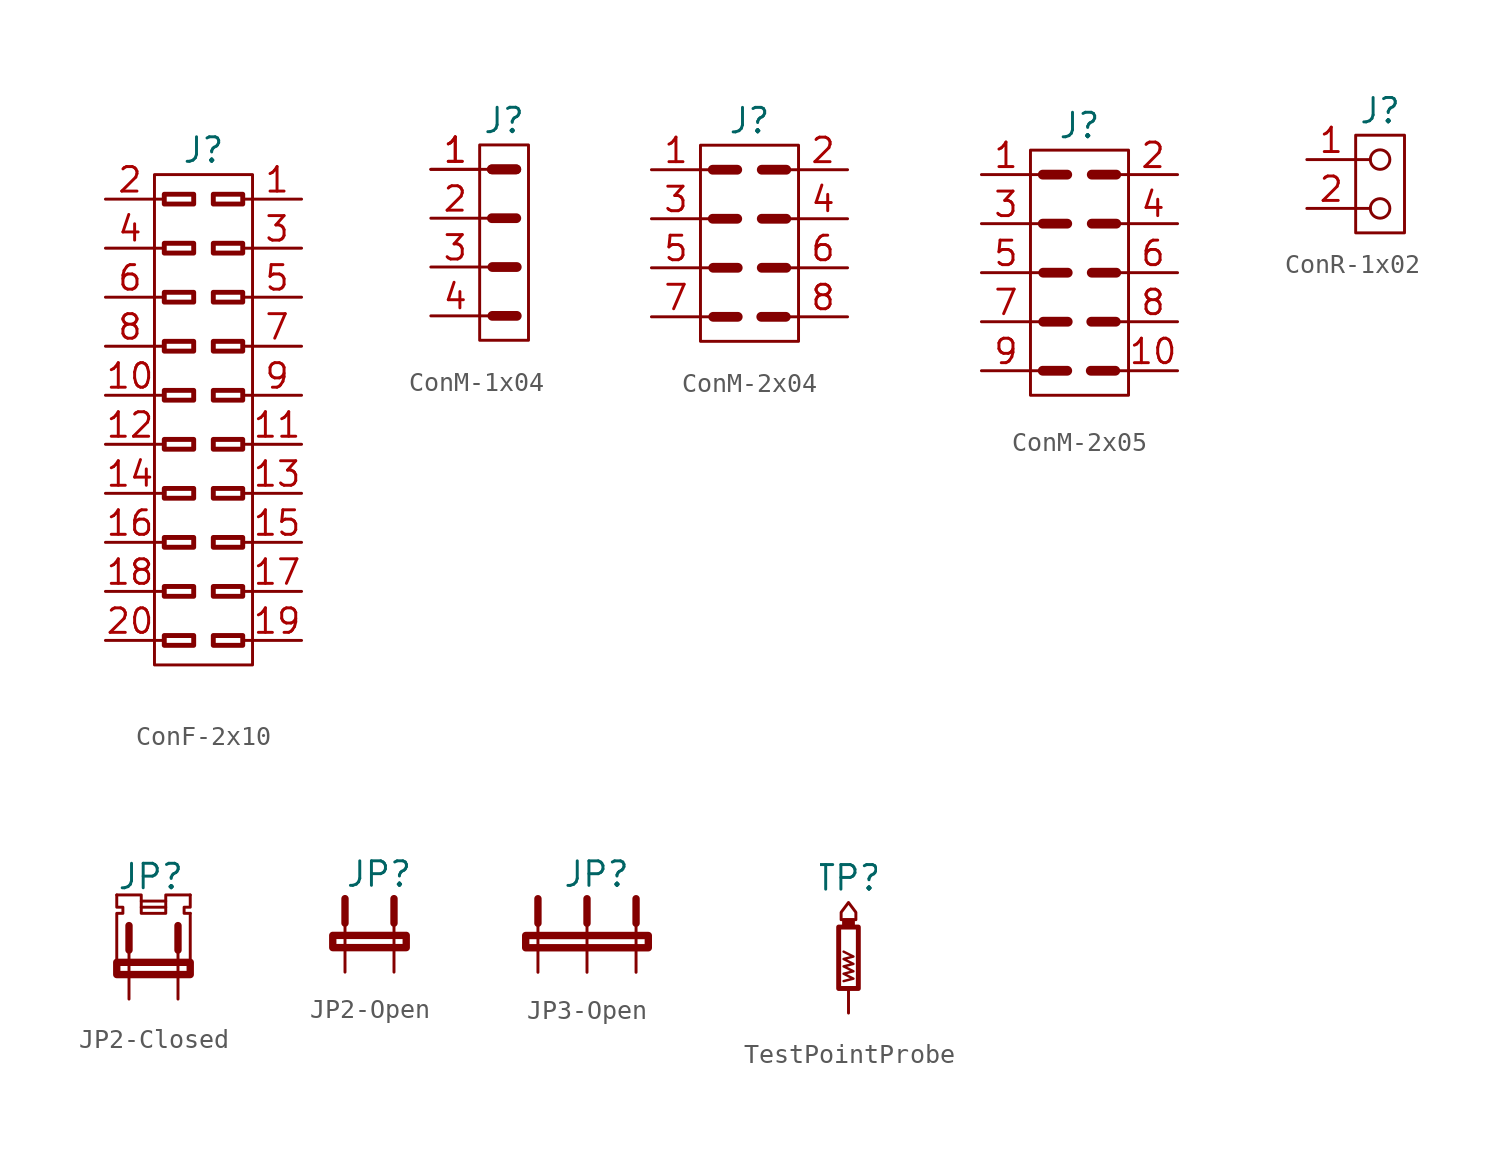
<source format=kicad_sym>
(kicad_symbol_lib
  (version 20231120)
  (generator "kicad_symbol_editor")
  (generator_version "8.0")
  (symbol "ConF-2x10"
    (property "Reference" "J"
      (at 0 13.97 0)
      (effects (font (size 1.27 1.27))))
    (symbol "ConF-2x10_0_1"
      (rectangle (start -2.54 -12.7) (end 2.54 12.7) (stroke (width 0) (type default)) (fill (type none)))
      (rectangle (start -2.032 -11.684) (end -0.508 -11.176) (stroke (width 0.254) (type default)) (fill (type none)))
      (rectangle (start -2.032 -9.144) (end -0.508 -8.636) (stroke (width 0.254) (type default)) (fill (type none)))
      (rectangle (start -2.032 -6.604) (end -0.508 -6.096) (stroke (width 0.254) (type default)) (fill (type none)))
      (rectangle (start -2.032 -4.064) (end -0.508 -3.556) (stroke (width 0.254) (type default)) (fill (type none)))
      (rectangle (start -2.032 -1.524) (end -0.508 -1.016) (stroke (width 0.254) (type default)) (fill (type none)))
      (rectangle (start -2.032 1.016) (end -0.508 1.524) (stroke (width 0.254) (type default)) (fill (type none)))
      (rectangle (start -2.032 3.556) (end -0.508 4.064) (stroke (width 0.254) (type default)) (fill (type none)))
      (rectangle (start -2.032 6.096) (end -0.508 6.604) (stroke (width 0.254) (type default)) (fill (type none)))
      (rectangle (start -2.032 8.636) (end -0.508 9.144) (stroke (width 0.254) (type default)) (fill (type none)))
      (rectangle (start -2.032 11.176) (end -0.508 11.684) (stroke (width 0.254) (type default)) (fill (type none)))
      (rectangle (start 0.508 -11.684) (end 2.032 -11.176) (stroke (width 0.254) (type default)) (fill (type none)))
      (rectangle (start 0.508 -9.144) (end 2.032 -8.636) (stroke (width 0.254) (type default)) (fill (type none)))
      (rectangle (start 0.508 -6.604) (end 2.032 -6.096) (stroke (width 0.254) (type default)) (fill (type none)))
      (rectangle (start 0.508 -4.064) (end 2.032 -3.556) (stroke (width 0.254) (type default)) (fill (type none)))
      (rectangle (start 0.508 -1.524) (end 2.032 -1.016) (stroke (width 0.254) (type default)) (fill (type none)))
      (rectangle (start 0.508 1.016) (end 2.032 1.524) (stroke (width 0.254) (type default)) (fill (type none)))
      (rectangle (start 0.508 3.556) (end 2.032 4.064) (stroke (width 0.254) (type default)) (fill (type none)))
      (rectangle (start 0.508 6.096) (end 2.032 6.604) (stroke (width 0.254) (type default)) (fill (type none)))
      (rectangle (start 0.508 8.636) (end 2.032 9.144) (stroke (width 0.254) (type default)) (fill (type none)))
      (rectangle (start 0.508 11.176) (end 2.032 11.684) (stroke (width 0.254) (type default)) (fill (type none))))
    (symbol "ConF-2x10_1_1"
      (polyline (pts (xy -2.54 -11.43) (xy -2.032 -11.43)) (stroke (width 0.152) (type default)) (fill (type none)))
      (polyline (pts (xy -2.54 -8.89) (xy -2.032 -8.89)) (stroke (width 0.152) (type default)) (fill (type none)))
      (polyline (pts (xy -2.54 -6.35) (xy -2.032 -6.35)) (stroke (width 0.152) (type default)) (fill (type none)))
      (polyline (pts (xy -2.54 -3.81) (xy -2.032 -3.81)) (stroke (width 0.152) (type default)) (fill (type none)))
      (polyline (pts (xy -2.54 -1.27) (xy -2.032 -1.27)) (stroke (width 0.152) (type default)) (fill (type none)))
      (polyline (pts (xy -2.54 1.27) (xy -2.032 1.27)) (stroke (width 0.152) (type default)) (fill (type none)))
      (polyline (pts (xy -2.54 3.81) (xy -2.032 3.81)) (stroke (width 0.152) (type default)) (fill (type none)))
      (polyline (pts (xy -2.54 6.35) (xy -2.032 6.35)) (stroke (width 0.152) (type default)) (fill (type none)))
      (polyline (pts (xy -2.54 8.89) (xy -2.032 8.89)) (stroke (width 0.152) (type default)) (fill (type none)))
      (polyline (pts (xy -2.54 11.43) (xy -2.032 11.43)) (stroke (width 0.152) (type default)) (fill (type none)))
      (polyline (pts (xy 2.54 -11.43) (xy 2.032 -11.43)) (stroke (width 0.152) (type default)) (fill (type none)))
      (polyline (pts (xy 2.54 -8.89) (xy 2.032 -8.89)) (stroke (width 0.152) (type default)) (fill (type none)))
      (polyline (pts (xy 2.54 -6.35) (xy 2.032 -6.35)) (stroke (width 0.152) (type default)) (fill (type none)))
      (polyline (pts (xy 2.54 -3.81) (xy 2.032 -3.81)) (stroke (width 0.152) (type default)) (fill (type none)))
      (polyline (pts (xy 2.54 -1.27) (xy 2.032 -1.27)) (stroke (width 0.152) (type default)) (fill (type none)))
      (polyline (pts (xy 2.54 1.27) (xy 2.032 1.27)) (stroke (width 0.152) (type default)) (fill (type none)))
      (polyline (pts (xy 2.54 3.81) (xy 2.032 3.81)) (stroke (width 0.152) (type default)) (fill (type none)))
      (polyline (pts (xy 2.54 6.35) (xy 2.032 6.35)) (stroke (width 0.152) (type default)) (fill (type none)))
      (polyline (pts (xy 2.54 8.89) (xy 2.032 8.89)) (stroke (width 0.152) (type default)) (fill (type none)))
      (polyline (pts (xy 2.54 11.43) (xy 2.032 11.43)) (stroke (width 0.152) (type default)) (fill (type none)))
      (pin passive line (at 5.08 11.43 180) (length 2.54) (name "" (effects (font (size 1.27 1.27)))) (number "1" (effects (font (size 1.27 1.27)))))
      (pin passive line (at -5.08 1.27 0) (length 2.54) (name "" (effects (font (size 1.27 1.27)))) (number "10" (effects (font (size 1.27 1.27)))))
      (pin passive line (at 5.08 -1.27 180) (length 2.54) (name "" (effects (font (size 1.27 1.27)))) (number "11" (effects (font (size 1.27 1.27)))))
      (pin passive line (at -5.08 -1.27 0) (length 2.54) (name "" (effects (font (size 1.27 1.27)))) (number "12" (effects (font (size 1.27 1.27)))))
      (pin passive line (at 5.08 -3.81 180) (length 2.54) (name "" (effects (font (size 1.27 1.27)))) (number "13" (effects (font (size 1.27 1.27)))))
      (pin passive line (at -5.08 -3.81 0) (length 2.54) (name "" (effects (font (size 1.27 1.27)))) (number "14" (effects (font (size 1.27 1.27)))))
      (pin passive line (at 5.08 -6.35 180) (length 2.54) (name "" (effects (font (size 1.27 1.27)))) (number "15" (effects (font (size 1.27 1.27)))))
      (pin passive line (at -5.08 -6.35 0) (length 2.54) (name "" (effects (font (size 1.27 1.27)))) (number "16" (effects (font (size 1.27 1.27)))))
      (pin passive line (at 5.08 -8.89 180) (length 2.54) (name "" (effects (font (size 1.27 1.27)))) (number "17" (effects (font (size 1.27 1.27)))))
      (pin passive line (at -5.08 -8.89 0) (length 2.54) (name "" (effects (font (size 1.27 1.27)))) (number "18" (effects (font (size 1.27 1.27)))))
      (pin passive line (at 5.08 -11.43 180) (length 2.54) (name "" (effects (font (size 1.27 1.27)))) (number "19" (effects (font (size 1.27 1.27)))))
      (pin passive line (at -5.08 11.43 0) (length 2.54) (name "" (effects (font (size 1.27 1.27)))) (number "2" (effects (font (size 1.27 1.27)))))
      (pin passive line (at -5.08 -11.43 0) (length 2.54) (name "" (effects (font (size 1.27 1.27)))) (number "20" (effects (font (size 1.27 1.27)))))
      (pin passive line (at 5.08 8.89 180) (length 2.54) (name "" (effects (font (size 1.27 1.27)))) (number "3" (effects (font (size 1.27 1.27)))))
      (pin passive line (at -5.08 8.89 0) (length 2.54) (name "" (effects (font (size 1.27 1.27)))) (number "4" (effects (font (size 1.27 1.27)))))
      (pin passive line (at 5.08 6.35 180) (length 2.54) (name "" (effects (font (size 1.27 1.27)))) (number "5" (effects (font (size 1.27 1.27)))))
      (pin passive line (at -5.08 6.35 0) (length 2.54) (name "" (effects (font (size 1.27 1.27)))) (number "6" (effects (font (size 1.27 1.27)))))
      (pin passive line (at 5.08 3.81 180) (length 2.54) (name "" (effects (font (size 1.27 1.27)))) (number "7" (effects (font (size 1.27 1.27)))))
      (pin passive line (at -5.08 3.81 0) (length 2.54) (name "" (effects (font (size 1.27 1.27)))) (number "8" (effects (font (size 1.27 1.27)))))
      (pin passive line (at 5.08 1.27 180) (length 2.54) (name "" (effects (font (size 1.27 1.27)))) (number "9" (effects (font (size 1.27 1.27)))))))
  (symbol "ConM-1x04"
    (property "Reference" "J"
      (at 1.27 6.35 0)
      (effects (font (size 1.27 1.27))))
    (symbol "ConM-1x04_0_1"
      (polyline (pts (xy 0.635 1.27) (xy 1.905 1.27)) (stroke (width 0.508) (type default)) (fill (type none)))
      (polyline (pts (xy 0.635 3.81) (xy 1.905 3.81)) (stroke (width 0.508) (type default)) (fill (type none)))
      (polyline (pts (xy 0.635 3.81) (xy 1.905 3.81)) (stroke (width 0.508) (type default)) (fill (type none)))
      (polyline (pts (xy 0.66 -3.81) (xy 1.93 -3.81)) (stroke (width 0.508) (type default)) (fill (type none)))
      (polyline (pts (xy 0.66 -1.27) (xy 1.93 -1.27)) (stroke (width 0.508) (type default)) (fill (type none)))
      (rectangle (start 0 5.08) (end 2.54 -5.08) (stroke (width 0) (type default)) (fill (type none))))
    (symbol "ConM-1x04_1_1"
      (polyline (pts (xy 0 -3.81) (xy 0.66 -3.81)) (stroke (width 0.152) (type default)) (fill (type none)))
      (polyline (pts (xy 0 -1.27) (xy 0.66 -1.27)) (stroke (width 0.152) (type default)) (fill (type none)))
      (polyline (pts (xy 0 1.27) (xy 0.635 1.27)) (stroke (width 0.152) (type default)) (fill (type none)))
      (polyline (pts (xy 0 3.81) (xy 0.635 3.81)) (stroke (width 0.152) (type default)) (fill (type none)))
      (pin passive line (at -2.54 3.81 0) (length 2.54) (name "" (effects (font (size 1.27 1.27)))) (number "1" (effects (font (size 1.27 1.27)))))
      (pin passive line (at -2.54 3.81 0) (length 2.54) (name "" (effects (font (size 1.27 1.27)))) (number "1" (effects (font (size 1.27 1.27)))))
      (pin passive line (at -2.54 1.27 0) (length 2.54) (name "" (effects (font (size 1.27 1.27)))) (number "2" (effects (font (size 1.27 1.27)))))
      (pin passive line (at -2.54 -1.27 0) (length 2.54) (name "" (effects (font (size 1.27 1.27)))) (number "3" (effects (font (size 1.27 1.27)))))
      (pin passive line (at -2.54 -3.81 0) (length 2.54) (name "" (effects (font (size 1.27 1.27)))) (number "4" (effects (font (size 1.27 1.27)))))))
  (symbol "ConM-2x04"
    (property "Reference" "J"
      (at 0 6.35 0)
      (effects (font (size 1.27 1.27))))
    (symbol "ConM-2x04_0_1"
      (rectangle (start -2.54 5.08) (end 2.54 -5.08) (stroke (width 0) (type default)) (fill (type none)))
      (polyline (pts (xy -1.905 1.27) (xy -0.635 1.27)) (stroke (width 0.508) (type default)) (fill (type none)))
      (polyline (pts (xy -1.905 3.81) (xy -0.635 3.81)) (stroke (width 0.508) (type default)) (fill (type none)))
      (polyline (pts (xy -1.88 -3.81) (xy -0.61 -3.81)) (stroke (width 0.508) (type default)) (fill (type none)))
      (polyline (pts (xy -1.88 -1.27) (xy -0.61 -1.27)) (stroke (width 0.508) (type default)) (fill (type none)))
      (polyline (pts (xy 1.88 -3.81) (xy 0.61 -3.81)) (stroke (width 0.508) (type default)) (fill (type none)))
      (polyline (pts (xy 1.905 -1.27) (xy 0.635 -1.27)) (stroke (width 0.508) (type default)) (fill (type none)))
      (polyline (pts (xy 1.905 1.27) (xy 0.635 1.27)) (stroke (width 0.508) (type default)) (fill (type none)))
      (polyline (pts (xy 1.905 3.81) (xy 0.635 3.81)) (stroke (width 0.508) (type default)) (fill (type none))))
    (symbol "ConM-2x04_1_1"
      (polyline (pts (xy -2.565 1.27) (xy -1.905 1.27)) (stroke (width 0.152) (type default)) (fill (type none)))
      (polyline (pts (xy -2.54 -3.81) (xy -1.88 -3.81)) (stroke (width 0.152) (type default)) (fill (type none)))
      (polyline (pts (xy -2.54 -1.27) (xy -1.88 -1.27)) (stroke (width 0.152) (type default)) (fill (type none)))
      (polyline (pts (xy -2.54 3.81) (xy -1.905 3.81)) (stroke (width 0.152) (type default)) (fill (type none)))
      (polyline (pts (xy 2.54 -3.81) (xy 1.88 -3.81)) (stroke (width 0.152) (type default)) (fill (type none)))
      (polyline (pts (xy 2.54 -1.27) (xy 1.905 -1.27)) (stroke (width 0.152) (type default)) (fill (type none)))
      (polyline (pts (xy 2.54 1.27) (xy 1.905 1.27)) (stroke (width 0.152) (type default)) (fill (type none)))
      (polyline (pts (xy 2.54 3.81) (xy 1.905 3.81)) (stroke (width 0.152) (type default)) (fill (type none)))
      (pin passive line (at -5.08 3.81 0) (length 2.54) (name "" (effects (font (size 1.27 1.27)))) (number "1" (effects (font (size 1.27 1.27)))))
      (pin passive line (at 5.08 3.81 180) (length 2.54) (name "" (effects (font (size 1.27 1.27)))) (number "2" (effects (font (size 1.27 1.27)))))
      (pin passive line (at -5.08 1.27 0) (length 2.54) (name "" (effects (font (size 1.27 1.27)))) (number "3" (effects (font (size 1.27 1.27)))))
      (pin passive line (at 5.08 1.27 180) (length 2.54) (name "" (effects (font (size 1.27 1.27)))) (number "4" (effects (font (size 1.27 1.27)))))
      (pin passive line (at -5.08 -1.27 0) (length 2.54) (name "" (effects (font (size 1.27 1.27)))) (number "5" (effects (font (size 1.27 1.27)))))
      (pin passive line (at 5.08 -1.27 180) (length 2.54) (name "" (effects (font (size 1.27 1.27)))) (number "6" (effects (font (size 1.27 1.27)))))
      (pin passive line (at -5.08 -3.81 0) (length 2.54) (name "" (effects (font (size 1.27 1.27)))) (number "7" (effects (font (size 1.27 1.27)))))
      (pin passive line (at 5.08 -3.81 180) (length 2.54) (name "" (effects (font (size 1.27 1.27)))) (number "8" (effects (font (size 1.27 1.27)))))))
  (symbol "ConM-2x05"
    (property "Reference" "J"
      (at 0 7.62 0)
      (effects (font (size 1.27 1.27))))
    (symbol "ConM-2x05_0_1"
      (rectangle (start -2.54 6.35) (end 2.54 -6.35) (stroke (width 0) (type default)) (fill (type none)))
      (polyline (pts (xy -1.905 -5.08) (xy -0.635 -5.08)) (stroke (width 0.508) (type default)) (fill (type none)))
      (polyline (pts (xy -1.905 2.54) (xy -0.635 2.54)) (stroke (width 0.508) (type default)) (fill (type none)))
      (polyline (pts (xy -1.905 5.08) (xy -0.635 5.08)) (stroke (width 0.508) (type default)) (fill (type none)))
      (polyline (pts (xy -1.88 -2.54) (xy -0.61 -2.54)) (stroke (width 0.508) (type default)) (fill (type none)))
      (polyline (pts (xy -1.88 0) (xy -0.61 0)) (stroke (width 0.508) (type default)) (fill (type none)))
      (polyline (pts (xy 1.854 -5.08) (xy 0.584 -5.08)) (stroke (width 0.508) (type default)) (fill (type none)))
      (polyline (pts (xy 1.88 -2.54) (xy 0.61 -2.54)) (stroke (width 0.508) (type default)) (fill (type none)))
      (polyline (pts (xy 1.905 0) (xy 0.635 0)) (stroke (width 0.508) (type default)) (fill (type none)))
      (polyline (pts (xy 1.905 2.54) (xy 0.635 2.54)) (stroke (width 0.508) (type default)) (fill (type none)))
      (polyline (pts (xy 1.905 5.08) (xy 0.635 5.08)) (stroke (width 0.508) (type default)) (fill (type none))))
    (symbol "ConM-2x05_1_1"
      (polyline (pts (xy -2.565 2.54) (xy -1.905 2.54)) (stroke (width 0.152) (type default)) (fill (type none)))
      (polyline (pts (xy -2.54 -5.08) (xy -1.88 -5.08)) (stroke (width 0.152) (type default)) (fill (type none)))
      (polyline (pts (xy -2.54 -2.54) (xy -1.88 -2.54)) (stroke (width 0.152) (type default)) (fill (type none)))
      (polyline (pts (xy -2.54 0) (xy -1.88 0)) (stroke (width 0.152) (type default)) (fill (type none)))
      (polyline (pts (xy -2.54 5.08) (xy -1.905 5.08)) (stroke (width 0.152) (type default)) (fill (type none)))
      (polyline (pts (xy 2.515 -5.08) (xy 1.854 -5.08)) (stroke (width 0.152) (type default)) (fill (type none)))
      (polyline (pts (xy 2.54 -2.54) (xy 1.88 -2.54)) (stroke (width 0.152) (type default)) (fill (type none)))
      (polyline (pts (xy 2.54 0) (xy 1.905 0)) (stroke (width 0.152) (type default)) (fill (type none)))
      (polyline (pts (xy 2.54 2.54) (xy 1.905 2.54)) (stroke (width 0.152) (type default)) (fill (type none)))
      (polyline (pts (xy 2.54 5.08) (xy 1.905 5.08)) (stroke (width 0.152) (type default)) (fill (type none)))
      (pin passive line (at -5.08 5.08 0) (length 2.54) (name "" (effects (font (size 1.27 1.27)))) (number "1" (effects (font (size 1.27 1.27)))))
      (pin passive line (at 5.08 -5.08 180) (length 2.54) (name "" (effects (font (size 1.27 1.27)))) (number "10" (effects (font (size 1.27 1.27)))))
      (pin passive line (at 5.08 5.08 180) (length 2.54) (name "" (effects (font (size 1.27 1.27)))) (number "2" (effects (font (size 1.27 1.27)))))
      (pin passive line (at -5.08 2.54 0) (length 2.54) (name "" (effects (font (size 1.27 1.27)))) (number "3" (effects (font (size 1.27 1.27)))))
      (pin passive line (at 5.08 2.54 180) (length 2.54) (name "" (effects (font (size 1.27 1.27)))) (number "4" (effects (font (size 1.27 1.27)))))
      (pin passive line (at -5.08 0 0) (length 2.54) (name "" (effects (font (size 1.27 1.27)))) (number "5" (effects (font (size 1.27 1.27)))))
      (pin passive line (at 5.08 0 180) (length 2.54) (name "" (effects (font (size 1.27 1.27)))) (number "6" (effects (font (size 1.27 1.27)))))
      (pin passive line (at -5.08 -2.54 0) (length 2.54) (name "" (effects (font (size 1.27 1.27)))) (number "7" (effects (font (size 1.27 1.27)))))
      (pin passive line (at 5.08 -2.54 180) (length 2.54) (name "" (effects (font (size 1.27 1.27)))) (number "8" (effects (font (size 1.27 1.27)))))
      (pin passive line (at -5.08 -5.08 0) (length 2.54) (name "" (effects (font (size 1.27 1.27)))) (number "9" (effects (font (size 1.27 1.27)))))))
  (symbol "ConR-1x02"
    (property "Reference" "J"
      (at 1.27 3.81 0)
      (effects (font (size 1.27 1.27))))
    (symbol "ConR-1x02_0_1"
      (rectangle (start 0 2.54) (end 2.54 -2.54) (stroke (width 0) (type default)) (fill (type none)))
      (circle (center 1.27 -1.27) (radius 0.508) (stroke (width 0) (type default)) (fill (type none)))
      (circle (center 1.27 1.27) (radius 0.508) (stroke (width 0) (type default)) (fill (type none))))
    (symbol "ConR-1x02_1_1"
      (polyline (pts (xy 0 -1.27) (xy 0.762 -1.27)) (stroke (width 0.152) (type default)) (fill (type none)))
      (polyline (pts (xy 0 1.27) (xy 0.762 1.27)) (stroke (width 0.152) (type default)) (fill (type none)))
      (pin passive line (at -2.54 1.27 0) (length 2.54) (name "" (effects (font (size 1.27 1.27)))) (number "1" (effects (font (size 1.27 1.27)))))
      (pin passive line (at -2.54 -1.27 0) (length 2.54) (name "" (effects (font (size 1.27 1.27)))) (number "2" (effects (font (size 1.27 1.27)))))))
  (symbol "JP2-Closed"
    (pin_numbers hide)
    (pin_names hide)
    (property "Reference" "JP"
      (at -1.905 5.08 0)
      (effects (font (size 1.27 1.27)) (justify left)))
    (symbol "JP2-Closed_0_1"
      (rectangle (start -1.905 0.635) (end 1.905 0) (stroke (width 0.381) (type default)) (fill (type none)))
      (polyline (pts (xy -1.905 0.635) (xy 1.905 0.635)) (stroke (width 0) (type default)) (fill (type none)))
      (polyline (pts (xy -1.27 2.54) (xy -1.27 1.27)) (stroke (width 0.381) (type default)) (fill (type none)))
      (polyline (pts (xy -0.635 3.493) (xy 0.635 3.493)) (stroke (width 0) (type default)) (fill (type none)))
      (polyline (pts (xy -0.635 3.81) (xy 0.635 3.81)) (stroke (width 0) (type default)) (fill (type none)))
      (polyline (pts (xy 1.27 2.54) (xy 1.27 1.27)) (stroke (width 0.381) (type default)) (fill (type none)))
      (polyline (pts (xy 1.905 0.635) (xy 1.905 3.175)) (stroke (width 0) (type default)) (fill (type none)))
      (polyline (pts (xy 1.905 3.175) (xy 1.587 3.175) (xy 1.587 3.493) (xy 1.905 3.493) (xy 1.905 4.128)) (stroke (width 0) (type default)) (fill (type none)))
      (polyline (pts (xy -1.905 0.635) (xy -1.905 3.175) (xy -1.587 3.175) (xy -1.587 3.493) (xy -1.905 3.493) (xy -1.905 4.128)) (stroke (width 0) (type default)) (fill (type none)))
      (polyline (pts (xy -1.905 4.128) (xy -0.635 4.128) (xy -0.635 3.175) (xy 0.635 3.175) (xy 0.635 4.128) (xy 1.905 4.128)) (stroke (width 0) (type default)) (fill (type none))))
    (symbol "JP2-Closed_1_1"
      (pin passive line (at -1.27 -1.27 90) (length 2.54) (name "" (effects (font (size 1.27 1.27)))) (number "1" (effects (font (size 1.27 1.27)))))
      (pin passive line (at 1.27 -1.27 90) (length 2.54) (name "" (effects (font (size 1.27 1.27)))) (number "2" (effects (font (size 1.27 1.27)))))))
  (symbol "JP2-Open"
    (pin_numbers hide)
    (pin_names hide)
    (property "Reference" "JP"
      (at -1.27 3.81 0)
      (effects (font (size 1.27 1.27)) (justify left)))
    (symbol "JP2-Open_0_1"
      (rectangle (start -1.905 0.635) (end 1.905 0) (stroke (width 0.381) (type default)) (fill (type none)))
      (polyline (pts (xy -1.27 2.54) (xy -1.27 1.27)) (stroke (width 0.381) (type default)) (fill (type none)))
      (polyline (pts (xy 1.27 2.54) (xy 1.27 1.27)) (stroke (width 0.381) (type default)) (fill (type none))))
    (symbol "JP2-Open_1_1"
      (pin passive line (at -1.27 -1.27 90) (length 2.54) (name "" (effects (font (size 1.27 1.27)))) (number "1" (effects (font (size 1.27 1.27)))))
      (pin passive line (at 1.27 -1.27 90) (length 2.54) (name "" (effects (font (size 1.27 1.27)))) (number "2" (effects (font (size 1.27 1.27)))))))
  (symbol "JP3-Open"
    (pin_numbers hide)
    (pin_names hide)
    (property "Reference" "JP"
      (at -1.27 3.81 0)
      (effects (font (size 1.27 1.27)) (justify left)))
    (symbol "JP3-Open_0_1"
      (rectangle (start -3.175 0.635) (end 3.175 0) (stroke (width 0.381) (type default)) (fill (type none)))
      (polyline (pts (xy -2.54 2.54) (xy -2.54 1.27)) (stroke (width 0.381) (type default)) (fill (type none)))
      (polyline (pts (xy 0 2.54) (xy 0 1.27)) (stroke (width 0.381) (type default)) (fill (type none)))
      (polyline (pts (xy 2.54 2.54) (xy 2.54 1.27)) (stroke (width 0.381) (type default)) (fill (type none))))
    (symbol "JP3-Open_1_1"
      (pin passive line (at -2.54 -1.27 90) (length 2.54) (name "" (effects (font (size 1.27 1.27)))) (number "1" (effects (font (size 1.27 1.27)))))
      (pin passive line (at 0 -1.27 90) (length 2.54) (name "" (effects (font (size 1.27 1.27)))) (number "2" (effects (font (size 1.27 1.27)))))
      (pin passive line (at 2.54 -1.27 90) (length 2.54) (name "" (effects (font (size 1.27 1.27)))) (number "3" (effects (font (size 1.27 1.27)))))))
  (symbol "TestPointProbe"
    (pin_numbers hide)
    (pin_names hide)
    (property "Reference" "TP"
      (at 0 4.445 0)
      (effects (font (size 1.27 1.27))))
    (symbol "TestPointProbe_0_1"
      (rectangle (start -0.508 1.905) (end 0.508 -1.27) (stroke (width 0.254) (type default)) (fill (type none)))
      (rectangle (start -0.254 1.905) (end 0.254 2.286) (stroke (width 0) (type default)) (fill (type outline)))
      (polyline (pts (xy -0.381 2.286) (xy 0.381 2.286) (xy 0.381 2.667) (xy 0 3.175) (xy -0.381 2.667) (xy -0.381 2.286)) (stroke (width 0) (type default)) (fill (type none)))
      (polyline (pts (xy -0.254 -0.889) (xy 0.254 -0.762) (xy -0.254 -0.508) (xy 0.254 -0.381) (xy -0.254 -0.127) (xy 0.254 0) (xy -0.254 0.254) (xy 0.254 0.381) (xy -0.254 0.635)) (stroke (width 0.127) (type default)) (fill (type none))))
    (symbol "TestPointProbe_1_1"
      (pin passive line (at 0 -2.54 90) (length 1.27) (name "" (effects (font (size 1.27 1.27)))) (number "1" (effects (font (size 1.27 1.27))))))))
</source>
